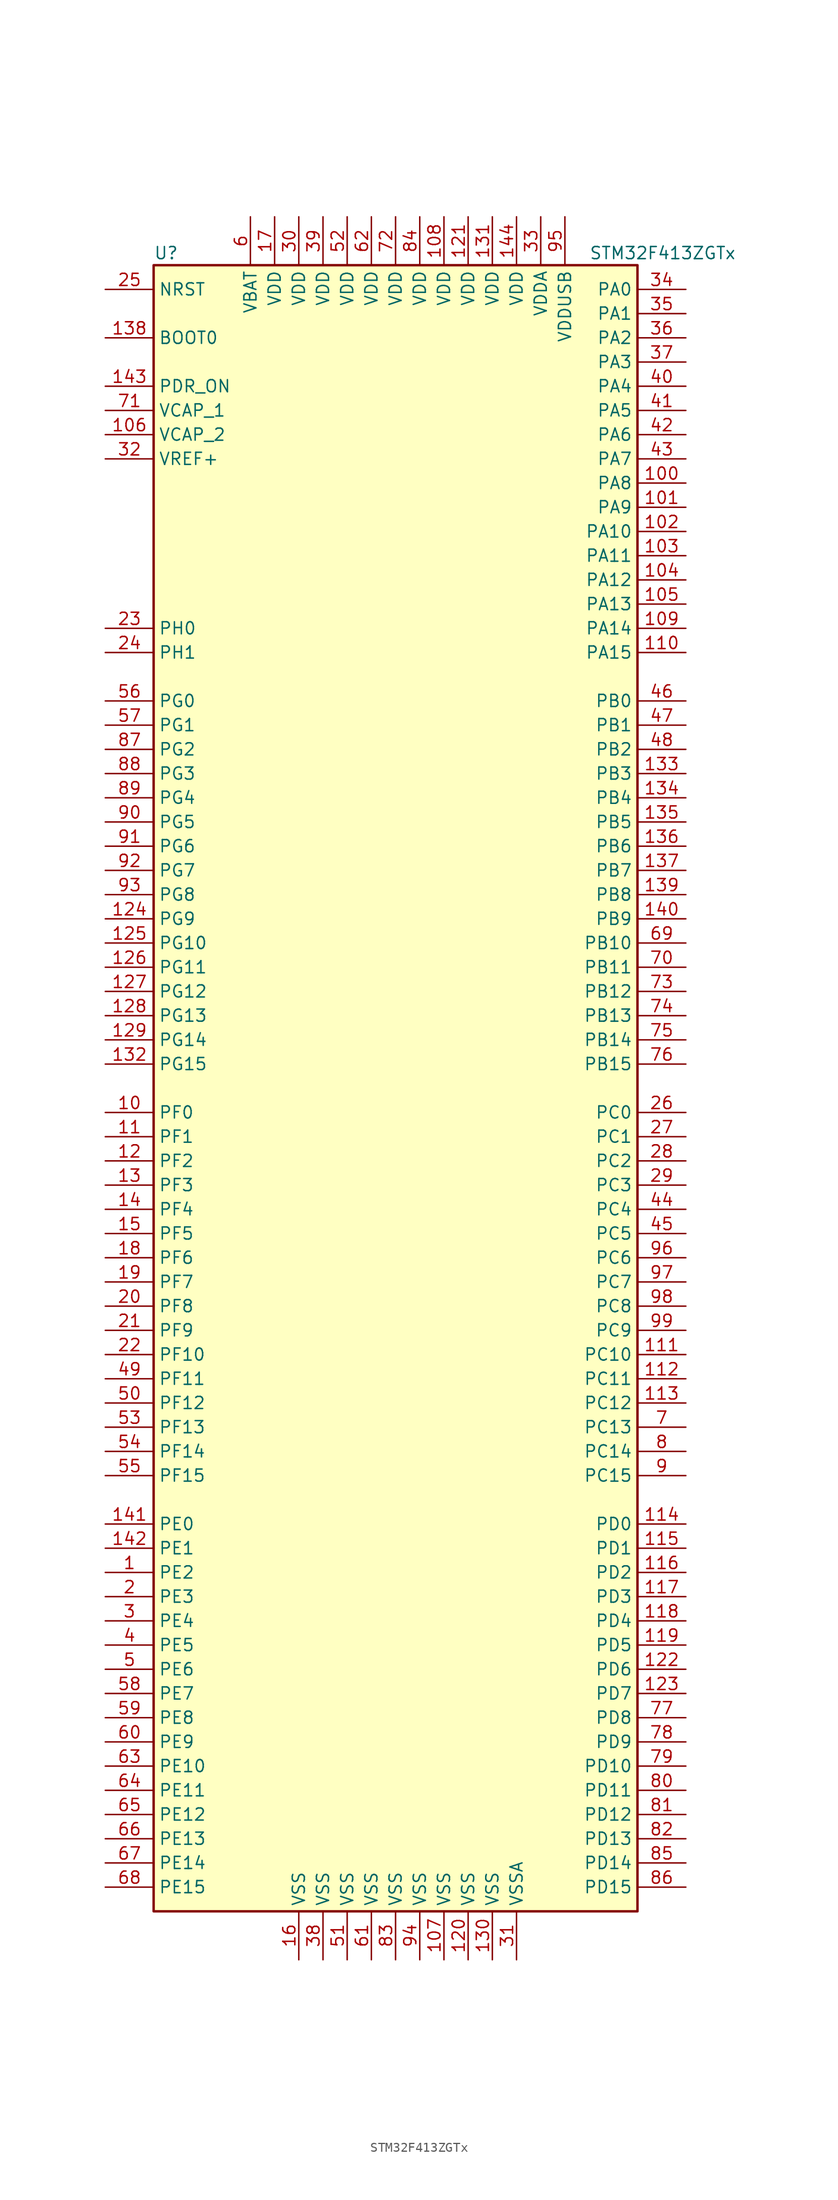
<source format=kicad_sym>
(kicad_symbol_lib
  (version 20201005)
  (generator kicad_symbol_editor)
  (symbol "STM32F413ZGTx"
    (property "Reference" "U"
      (at -25.4 87.63 0)
      (effects (font (size 1.27 1.27)) (justify left)))
    (property "Value" "STM32F413ZGTx"
      (at 20.32 87.63 0)
      (effects (font (size 1.27 1.27)) (justify left)))
    (symbol "STM32F413ZGTx_0_1"
      (rectangle (start -25.4 -86.36) (end 25.4 86.36) (stroke (width 0.254)) (fill (type background))))
    (symbol "STM32F413ZGTx_1_1"
      (pin input line (at -30.48 78.74 0) (length 5.08) (name "BOOT0" (effects (font (size 1.27 1.27)))) (number "138" (effects (font (size 1.27 1.27)))))
      (pin input line (at -30.48 83.82 0) (length 5.08) (name "NRST" (effects (font (size 1.27 1.27)))) (number "25" (effects (font (size 1.27 1.27)))))
      (pin bidirectional line (at 30.48 83.82 180) (length 5.08) (name "PA0" (effects (font (size 1.27 1.27)))) (number "34" (effects (font (size 1.27 1.27)))))
      (pin bidirectional line (at 30.48 81.28 180) (length 5.08) (name "PA1" (effects (font (size 1.27 1.27)))) (number "35" (effects (font (size 1.27 1.27)))))
      (pin bidirectional line (at 30.48 58.42 180) (length 5.08) (name "PA10" (effects (font (size 1.27 1.27)))) (number "102" (effects (font (size 1.27 1.27)))))
      (pin bidirectional line (at 30.48 55.88 180) (length 5.08) (name "PA11" (effects (font (size 1.27 1.27)))) (number "103" (effects (font (size 1.27 1.27)))))
      (pin bidirectional line (at 30.48 53.34 180) (length 5.08) (name "PA12" (effects (font (size 1.27 1.27)))) (number "104" (effects (font (size 1.27 1.27)))))
      (pin bidirectional line (at 30.48 50.8 180) (length 5.08) (name "PA13" (effects (font (size 1.27 1.27)))) (number "105" (effects (font (size 1.27 1.27)))))
      (pin bidirectional line (at 30.48 48.26 180) (length 5.08) (name "PA14" (effects (font (size 1.27 1.27)))) (number "109" (effects (font (size 1.27 1.27)))))
      (pin bidirectional line (at 30.48 45.72 180) (length 5.08) (name "PA15" (effects (font (size 1.27 1.27)))) (number "110" (effects (font (size 1.27 1.27)))))
      (pin bidirectional line (at 30.48 78.74 180) (length 5.08) (name "PA2" (effects (font (size 1.27 1.27)))) (number "36" (effects (font (size 1.27 1.27)))))
      (pin bidirectional line (at 30.48 76.2 180) (length 5.08) (name "PA3" (effects (font (size 1.27 1.27)))) (number "37" (effects (font (size 1.27 1.27)))))
      (pin bidirectional line (at 30.48 73.66 180) (length 5.08) (name "PA4" (effects (font (size 1.27 1.27)))) (number "40" (effects (font (size 1.27 1.27)))))
      (pin bidirectional line (at 30.48 71.12 180) (length 5.08) (name "PA5" (effects (font (size 1.27 1.27)))) (number "41" (effects (font (size 1.27 1.27)))))
      (pin bidirectional line (at 30.48 68.58 180) (length 5.08) (name "PA6" (effects (font (size 1.27 1.27)))) (number "42" (effects (font (size 1.27 1.27)))))
      (pin bidirectional line (at 30.48 66.04 180) (length 5.08) (name "PA7" (effects (font (size 1.27 1.27)))) (number "43" (effects (font (size 1.27 1.27)))))
      (pin bidirectional line (at 30.48 63.5 180) (length 5.08) (name "PA8" (effects (font (size 1.27 1.27)))) (number "100" (effects (font (size 1.27 1.27)))))
      (pin bidirectional line (at 30.48 60.96 180) (length 5.08) (name "PA9" (effects (font (size 1.27 1.27)))) (number "101" (effects (font (size 1.27 1.27)))))
      (pin bidirectional line (at 30.48 40.64 180) (length 5.08) (name "PB0" (effects (font (size 1.27 1.27)))) (number "46" (effects (font (size 1.27 1.27)))))
      (pin bidirectional line (at 30.48 38.1 180) (length 5.08) (name "PB1" (effects (font (size 1.27 1.27)))) (number "47" (effects (font (size 1.27 1.27)))))
      (pin bidirectional line (at 30.48 15.24 180) (length 5.08) (name "PB10" (effects (font (size 1.27 1.27)))) (number "69" (effects (font (size 1.27 1.27)))))
      (pin bidirectional line (at 30.48 12.7 180) (length 5.08) (name "PB11" (effects (font (size 1.27 1.27)))) (number "70" (effects (font (size 1.27 1.27)))))
      (pin bidirectional line (at 30.48 10.16 180) (length 5.08) (name "PB12" (effects (font (size 1.27 1.27)))) (number "73" (effects (font (size 1.27 1.27)))))
      (pin bidirectional line (at 30.48 7.62 180) (length 5.08) (name "PB13" (effects (font (size 1.27 1.27)))) (number "74" (effects (font (size 1.27 1.27)))))
      (pin bidirectional line (at 30.48 5.08 180) (length 5.08) (name "PB14" (effects (font (size 1.27 1.27)))) (number "75" (effects (font (size 1.27 1.27)))))
      (pin bidirectional line (at 30.48 2.54 180) (length 5.08) (name "PB15" (effects (font (size 1.27 1.27)))) (number "76" (effects (font (size 1.27 1.27)))))
      (pin bidirectional line (at 30.48 35.56 180) (length 5.08) (name "PB2" (effects (font (size 1.27 1.27)))) (number "48" (effects (font (size 1.27 1.27)))))
      (pin bidirectional line (at 30.48 33.02 180) (length 5.08) (name "PB3" (effects (font (size 1.27 1.27)))) (number "133" (effects (font (size 1.27 1.27)))))
      (pin bidirectional line (at 30.48 30.48 180) (length 5.08) (name "PB4" (effects (font (size 1.27 1.27)))) (number "134" (effects (font (size 1.27 1.27)))))
      (pin bidirectional line (at 30.48 27.94 180) (length 5.08) (name "PB5" (effects (font (size 1.27 1.27)))) (number "135" (effects (font (size 1.27 1.27)))))
      (pin bidirectional line (at 30.48 25.4 180) (length 5.08) (name "PB6" (effects (font (size 1.27 1.27)))) (number "136" (effects (font (size 1.27 1.27)))))
      (pin bidirectional line (at 30.48 22.86 180) (length 5.08) (name "PB7" (effects (font (size 1.27 1.27)))) (number "137" (effects (font (size 1.27 1.27)))))
      (pin bidirectional line (at 30.48 20.32 180) (length 5.08) (name "PB8" (effects (font (size 1.27 1.27)))) (number "139" (effects (font (size 1.27 1.27)))))
      (pin bidirectional line (at 30.48 17.78 180) (length 5.08) (name "PB9" (effects (font (size 1.27 1.27)))) (number "140" (effects (font (size 1.27 1.27)))))
      (pin bidirectional line (at 30.48 -2.54 180) (length 5.08) (name "PC0" (effects (font (size 1.27 1.27)))) (number "26" (effects (font (size 1.27 1.27)))))
      (pin bidirectional line (at 30.48 -5.08 180) (length 5.08) (name "PC1" (effects (font (size 1.27 1.27)))) (number "27" (effects (font (size 1.27 1.27)))))
      (pin bidirectional line (at 30.48 -27.94 180) (length 5.08) (name "PC10" (effects (font (size 1.27 1.27)))) (number "111" (effects (font (size 1.27 1.27)))))
      (pin bidirectional line (at 30.48 -30.48 180) (length 5.08) (name "PC11" (effects (font (size 1.27 1.27)))) (number "112" (effects (font (size 1.27 1.27)))))
      (pin bidirectional line (at 30.48 -33.02 180) (length 5.08) (name "PC12" (effects (font (size 1.27 1.27)))) (number "113" (effects (font (size 1.27 1.27)))))
      (pin bidirectional line (at 30.48 -35.56 180) (length 5.08) (name "PC13" (effects (font (size 1.27 1.27)))) (number "7" (effects (font (size 1.27 1.27)))))
      (pin bidirectional line (at 30.48 -38.1 180) (length 5.08) (name "PC14" (effects (font (size 1.27 1.27)))) (number "8" (effects (font (size 1.27 1.27)))))
      (pin bidirectional line (at 30.48 -40.64 180) (length 5.08) (name "PC15" (effects (font (size 1.27 1.27)))) (number "9" (effects (font (size 1.27 1.27)))))
      (pin bidirectional line (at 30.48 -7.62 180) (length 5.08) (name "PC2" (effects (font (size 1.27 1.27)))) (number "28" (effects (font (size 1.27 1.27)))))
      (pin bidirectional line (at 30.48 -10.16 180) (length 5.08) (name "PC3" (effects (font (size 1.27 1.27)))) (number "29" (effects (font (size 1.27 1.27)))))
      (pin bidirectional line (at 30.48 -12.7 180) (length 5.08) (name "PC4" (effects (font (size 1.27 1.27)))) (number "44" (effects (font (size 1.27 1.27)))))
      (pin bidirectional line (at 30.48 -15.24 180) (length 5.08) (name "PC5" (effects (font (size 1.27 1.27)))) (number "45" (effects (font (size 1.27 1.27)))))
      (pin bidirectional line (at 30.48 -17.78 180) (length 5.08) (name "PC6" (effects (font (size 1.27 1.27)))) (number "96" (effects (font (size 1.27 1.27)))))
      (pin bidirectional line (at 30.48 -20.32 180) (length 5.08) (name "PC7" (effects (font (size 1.27 1.27)))) (number "97" (effects (font (size 1.27 1.27)))))
      (pin bidirectional line (at 30.48 -22.86 180) (length 5.08) (name "PC8" (effects (font (size 1.27 1.27)))) (number "98" (effects (font (size 1.27 1.27)))))
      (pin bidirectional line (at 30.48 -25.4 180) (length 5.08) (name "PC9" (effects (font (size 1.27 1.27)))) (number "99" (effects (font (size 1.27 1.27)))))
      (pin bidirectional line (at 30.48 -45.72 180) (length 5.08) (name "PD0" (effects (font (size 1.27 1.27)))) (number "114" (effects (font (size 1.27 1.27)))))
      (pin bidirectional line (at 30.48 -48.26 180) (length 5.08) (name "PD1" (effects (font (size 1.27 1.27)))) (number "115" (effects (font (size 1.27 1.27)))))
      (pin bidirectional line (at 30.48 -71.12 180) (length 5.08) (name "PD10" (effects (font (size 1.27 1.27)))) (number "79" (effects (font (size 1.27 1.27)))))
      (pin bidirectional line (at 30.48 -73.66 180) (length 5.08) (name "PD11" (effects (font (size 1.27 1.27)))) (number "80" (effects (font (size 1.27 1.27)))))
      (pin bidirectional line (at 30.48 -76.2 180) (length 5.08) (name "PD12" (effects (font (size 1.27 1.27)))) (number "81" (effects (font (size 1.27 1.27)))))
      (pin bidirectional line (at 30.48 -78.74 180) (length 5.08) (name "PD13" (effects (font (size 1.27 1.27)))) (number "82" (effects (font (size 1.27 1.27)))))
      (pin bidirectional line (at 30.48 -81.28 180) (length 5.08) (name "PD14" (effects (font (size 1.27 1.27)))) (number "85" (effects (font (size 1.27 1.27)))))
      (pin bidirectional line (at 30.48 -83.82 180) (length 5.08) (name "PD15" (effects (font (size 1.27 1.27)))) (number "86" (effects (font (size 1.27 1.27)))))
      (pin bidirectional line (at 30.48 -50.8 180) (length 5.08) (name "PD2" (effects (font (size 1.27 1.27)))) (number "116" (effects (font (size 1.27 1.27)))))
      (pin bidirectional line (at 30.48 -53.34 180) (length 5.08) (name "PD3" (effects (font (size 1.27 1.27)))) (number "117" (effects (font (size 1.27 1.27)))))
      (pin bidirectional line (at 30.48 -55.88 180) (length 5.08) (name "PD4" (effects (font (size 1.27 1.27)))) (number "118" (effects (font (size 1.27 1.27)))))
      (pin bidirectional line (at 30.48 -58.42 180) (length 5.08) (name "PD5" (effects (font (size 1.27 1.27)))) (number "119" (effects (font (size 1.27 1.27)))))
      (pin bidirectional line (at 30.48 -60.96 180) (length 5.08) (name "PD6" (effects (font (size 1.27 1.27)))) (number "122" (effects (font (size 1.27 1.27)))))
      (pin bidirectional line (at 30.48 -63.5 180) (length 5.08) (name "PD7" (effects (font (size 1.27 1.27)))) (number "123" (effects (font (size 1.27 1.27)))))
      (pin bidirectional line (at 30.48 -66.04 180) (length 5.08) (name "PD8" (effects (font (size 1.27 1.27)))) (number "77" (effects (font (size 1.27 1.27)))))
      (pin bidirectional line (at 30.48 -68.58 180) (length 5.08) (name "PD9" (effects (font (size 1.27 1.27)))) (number "78" (effects (font (size 1.27 1.27)))))
      (pin power_in line (at -30.48 73.66 0) (length 5.08) (name "PDR_ON" (effects (font (size 1.27 1.27)))) (number "143" (effects (font (size 1.27 1.27)))))
      (pin bidirectional line (at -30.48 -45.72 0) (length 5.08) (name "PE0" (effects (font (size 1.27 1.27)))) (number "141" (effects (font (size 1.27 1.27)))))
      (pin bidirectional line (at -30.48 -48.26 0) (length 5.08) (name "PE1" (effects (font (size 1.27 1.27)))) (number "142" (effects (font (size 1.27 1.27)))))
      (pin bidirectional line (at -30.48 -71.12 0) (length 5.08) (name "PE10" (effects (font (size 1.27 1.27)))) (number "63" (effects (font (size 1.27 1.27)))))
      (pin bidirectional line (at -30.48 -73.66 0) (length 5.08) (name "PE11" (effects (font (size 1.27 1.27)))) (number "64" (effects (font (size 1.27 1.27)))))
      (pin bidirectional line (at -30.48 -76.2 0) (length 5.08) (name "PE12" (effects (font (size 1.27 1.27)))) (number "65" (effects (font (size 1.27 1.27)))))
      (pin bidirectional line (at -30.48 -78.74 0) (length 5.08) (name "PE13" (effects (font (size 1.27 1.27)))) (number "66" (effects (font (size 1.27 1.27)))))
      (pin bidirectional line (at -30.48 -81.28 0) (length 5.08) (name "PE14" (effects (font (size 1.27 1.27)))) (number "67" (effects (font (size 1.27 1.27)))))
      (pin bidirectional line (at -30.48 -83.82 0) (length 5.08) (name "PE15" (effects (font (size 1.27 1.27)))) (number "68" (effects (font (size 1.27 1.27)))))
      (pin bidirectional line (at -30.48 -50.8 0) (length 5.08) (name "PE2" (effects (font (size 1.27 1.27)))) (number "1" (effects (font (size 1.27 1.27)))))
      (pin bidirectional line (at -30.48 -53.34 0) (length 5.08) (name "PE3" (effects (font (size 1.27 1.27)))) (number "2" (effects (font (size 1.27 1.27)))))
      (pin bidirectional line (at -30.48 -55.88 0) (length 5.08) (name "PE4" (effects (font (size 1.27 1.27)))) (number "3" (effects (font (size 1.27 1.27)))))
      (pin bidirectional line (at -30.48 -58.42 0) (length 5.08) (name "PE5" (effects (font (size 1.27 1.27)))) (number "4" (effects (font (size 1.27 1.27)))))
      (pin bidirectional line (at -30.48 -60.96 0) (length 5.08) (name "PE6" (effects (font (size 1.27 1.27)))) (number "5" (effects (font (size 1.27 1.27)))))
      (pin bidirectional line (at -30.48 -63.5 0) (length 5.08) (name "PE7" (effects (font (size 1.27 1.27)))) (number "58" (effects (font (size 1.27 1.27)))))
      (pin bidirectional line (at -30.48 -66.04 0) (length 5.08) (name "PE8" (effects (font (size 1.27 1.27)))) (number "59" (effects (font (size 1.27 1.27)))))
      (pin bidirectional line (at -30.48 -68.58 0) (length 5.08) (name "PE9" (effects (font (size 1.27 1.27)))) (number "60" (effects (font (size 1.27 1.27)))))
      (pin bidirectional line (at -30.48 -2.54 0) (length 5.08) (name "PF0" (effects (font (size 1.27 1.27)))) (number "10" (effects (font (size 1.27 1.27)))))
      (pin bidirectional line (at -30.48 -5.08 0) (length 5.08) (name "PF1" (effects (font (size 1.27 1.27)))) (number "11" (effects (font (size 1.27 1.27)))))
      (pin bidirectional line (at -30.48 -27.94 0) (length 5.08) (name "PF10" (effects (font (size 1.27 1.27)))) (number "22" (effects (font (size 1.27 1.27)))))
      (pin bidirectional line (at -30.48 -30.48 0) (length 5.08) (name "PF11" (effects (font (size 1.27 1.27)))) (number "49" (effects (font (size 1.27 1.27)))))
      (pin bidirectional line (at -30.48 -33.02 0) (length 5.08) (name "PF12" (effects (font (size 1.27 1.27)))) (number "50" (effects (font (size 1.27 1.27)))))
      (pin bidirectional line (at -30.48 -35.56 0) (length 5.08) (name "PF13" (effects (font (size 1.27 1.27)))) (number "53" (effects (font (size 1.27 1.27)))))
      (pin bidirectional line (at -30.48 -38.1 0) (length 5.08) (name "PF14" (effects (font (size 1.27 1.27)))) (number "54" (effects (font (size 1.27 1.27)))))
      (pin bidirectional line (at -30.48 -40.64 0) (length 5.08) (name "PF15" (effects (font (size 1.27 1.27)))) (number "55" (effects (font (size 1.27 1.27)))))
      (pin bidirectional line (at -30.48 -7.62 0) (length 5.08) (name "PF2" (effects (font (size 1.27 1.27)))) (number "12" (effects (font (size 1.27 1.27)))))
      (pin bidirectional line (at -30.48 -10.16 0) (length 5.08) (name "PF3" (effects (font (size 1.27 1.27)))) (number "13" (effects (font (size 1.27 1.27)))))
      (pin bidirectional line (at -30.48 -12.7 0) (length 5.08) (name "PF4" (effects (font (size 1.27 1.27)))) (number "14" (effects (font (size 1.27 1.27)))))
      (pin bidirectional line (at -30.48 -15.24 0) (length 5.08) (name "PF5" (effects (font (size 1.27 1.27)))) (number "15" (effects (font (size 1.27 1.27)))))
      (pin bidirectional line (at -30.48 -17.78 0) (length 5.08) (name "PF6" (effects (font (size 1.27 1.27)))) (number "18" (effects (font (size 1.27 1.27)))))
      (pin bidirectional line (at -30.48 -20.32 0) (length 5.08) (name "PF7" (effects (font (size 1.27 1.27)))) (number "19" (effects (font (size 1.27 1.27)))))
      (pin bidirectional line (at -30.48 -22.86 0) (length 5.08) (name "PF8" (effects (font (size 1.27 1.27)))) (number "20" (effects (font (size 1.27 1.27)))))
      (pin bidirectional line (at -30.48 -25.4 0) (length 5.08) (name "PF9" (effects (font (size 1.27 1.27)))) (number "21" (effects (font (size 1.27 1.27)))))
      (pin bidirectional line (at -30.48 40.64 0) (length 5.08) (name "PG0" (effects (font (size 1.27 1.27)))) (number "56" (effects (font (size 1.27 1.27)))))
      (pin bidirectional line (at -30.48 38.1 0) (length 5.08) (name "PG1" (effects (font (size 1.27 1.27)))) (number "57" (effects (font (size 1.27 1.27)))))
      (pin bidirectional line (at -30.48 15.24 0) (length 5.08) (name "PG10" (effects (font (size 1.27 1.27)))) (number "125" (effects (font (size 1.27 1.27)))))
      (pin bidirectional line (at -30.48 12.7 0) (length 5.08) (name "PG11" (effects (font (size 1.27 1.27)))) (number "126" (effects (font (size 1.27 1.27)))))
      (pin bidirectional line (at -30.48 10.16 0) (length 5.08) (name "PG12" (effects (font (size 1.27 1.27)))) (number "127" (effects (font (size 1.27 1.27)))))
      (pin bidirectional line (at -30.48 7.62 0) (length 5.08) (name "PG13" (effects (font (size 1.27 1.27)))) (number "128" (effects (font (size 1.27 1.27)))))
      (pin bidirectional line (at -30.48 5.08 0) (length 5.08) (name "PG14" (effects (font (size 1.27 1.27)))) (number "129" (effects (font (size 1.27 1.27)))))
      (pin bidirectional line (at -30.48 2.54 0) (length 5.08) (name "PG15" (effects (font (size 1.27 1.27)))) (number "132" (effects (font (size 1.27 1.27)))))
      (pin bidirectional line (at -30.48 35.56 0) (length 5.08) (name "PG2" (effects (font (size 1.27 1.27)))) (number "87" (effects (font (size 1.27 1.27)))))
      (pin bidirectional line (at -30.48 33.02 0) (length 5.08) (name "PG3" (effects (font (size 1.27 1.27)))) (number "88" (effects (font (size 1.27 1.27)))))
      (pin bidirectional line (at -30.48 30.48 0) (length 5.08) (name "PG4" (effects (font (size 1.27 1.27)))) (number "89" (effects (font (size 1.27 1.27)))))
      (pin bidirectional line (at -30.48 27.94 0) (length 5.08) (name "PG5" (effects (font (size 1.27 1.27)))) (number "90" (effects (font (size 1.27 1.27)))))
      (pin bidirectional line (at -30.48 25.4 0) (length 5.08) (name "PG6" (effects (font (size 1.27 1.27)))) (number "91" (effects (font (size 1.27 1.27)))))
      (pin bidirectional line (at -30.48 22.86 0) (length 5.08) (name "PG7" (effects (font (size 1.27 1.27)))) (number "92" (effects (font (size 1.27 1.27)))))
      (pin bidirectional line (at -30.48 20.32 0) (length 5.08) (name "PG8" (effects (font (size 1.27 1.27)))) (number "93" (effects (font (size 1.27 1.27)))))
      (pin bidirectional line (at -30.48 17.78 0) (length 5.08) (name "PG9" (effects (font (size 1.27 1.27)))) (number "124" (effects (font (size 1.27 1.27)))))
      (pin input line (at -30.48 48.26 0) (length 5.08) (name "PH0" (effects (font (size 1.27 1.27)))) (number "23" (effects (font (size 1.27 1.27)))))
      (pin input line (at -30.48 45.72 0) (length 5.08) (name "PH1" (effects (font (size 1.27 1.27)))) (number "24" (effects (font (size 1.27 1.27)))))
      (pin power_in line (at -15.24 91.44 270) (length 5.08) (name "VBAT" (effects (font (size 1.27 1.27)))) (number "6" (effects (font (size 1.27 1.27)))))
      (pin power_in line (at -30.48 71.12 0) (length 5.08) (name "VCAP_1" (effects (font (size 1.27 1.27)))) (number "71" (effects (font (size 1.27 1.27)))))
      (pin power_in line (at -30.48 68.58 0) (length 5.08) (name "VCAP_2" (effects (font (size 1.27 1.27)))) (number "106" (effects (font (size 1.27 1.27)))))
      (pin power_in line (at 5.08 91.44 270) (length 5.08) (name "VDD" (effects (font (size 1.27 1.27)))) (number "108" (effects (font (size 1.27 1.27)))))
      (pin power_in line (at 7.62 91.44 270) (length 5.08) (name "VDD" (effects (font (size 1.27 1.27)))) (number "121" (effects (font (size 1.27 1.27)))))
      (pin power_in line (at 10.16 91.44 270) (length 5.08) (name "VDD" (effects (font (size 1.27 1.27)))) (number "131" (effects (font (size 1.27 1.27)))))
      (pin power_in line (at 12.7 91.44 270) (length 5.08) (name "VDD" (effects (font (size 1.27 1.27)))) (number "144" (effects (font (size 1.27 1.27)))))
      (pin power_in line (at -12.7 91.44 270) (length 5.08) (name "VDD" (effects (font (size 1.27 1.27)))) (number "17" (effects (font (size 1.27 1.27)))))
      (pin power_in line (at -10.16 91.44 270) (length 5.08) (name "VDD" (effects (font (size 1.27 1.27)))) (number "30" (effects (font (size 1.27 1.27)))))
      (pin power_in line (at -7.62 91.44 270) (length 5.08) (name "VDD" (effects (font (size 1.27 1.27)))) (number "39" (effects (font (size 1.27 1.27)))))
      (pin power_in line (at -5.08 91.44 270) (length 5.08) (name "VDD" (effects (font (size 1.27 1.27)))) (number "52" (effects (font (size 1.27 1.27)))))
      (pin power_in line (at -2.54 91.44 270) (length 5.08) (name "VDD" (effects (font (size 1.27 1.27)))) (number "62" (effects (font (size 1.27 1.27)))))
      (pin power_in line (at 0 91.44 270) (length 5.08) (name "VDD" (effects (font (size 1.27 1.27)))) (number "72" (effects (font (size 1.27 1.27)))))
      (pin power_in line (at 2.54 91.44 270) (length 5.08) (name "VDD" (effects (font (size 1.27 1.27)))) (number "84" (effects (font (size 1.27 1.27)))))
      (pin power_in line (at 15.24 91.44 270) (length 5.08) (name "VDDA" (effects (font (size 1.27 1.27)))) (number "33" (effects (font (size 1.27 1.27)))))
      (pin power_in line (at 17.78 91.44 270) (length 5.08) (name "VDDUSB" (effects (font (size 1.27 1.27)))) (number "95" (effects (font (size 1.27 1.27)))))
      (pin power_in line (at -30.48 66.04 0) (length 5.08) (name "VREF+" (effects (font (size 1.27 1.27)))) (number "32" (effects (font (size 1.27 1.27)))))
      (pin power_in line (at 5.08 -91.44 90) (length 5.08) (name "VSS" (effects (font (size 1.27 1.27)))) (number "107" (effects (font (size 1.27 1.27)))))
      (pin power_in line (at 7.62 -91.44 90) (length 5.08) (name "VSS" (effects (font (size 1.27 1.27)))) (number "120" (effects (font (size 1.27 1.27)))))
      (pin power_in line (at 10.16 -91.44 90) (length 5.08) (name "VSS" (effects (font (size 1.27 1.27)))) (number "130" (effects (font (size 1.27 1.27)))))
      (pin power_in line (at -10.16 -91.44 90) (length 5.08) (name "VSS" (effects (font (size 1.27 1.27)))) (number "16" (effects (font (size 1.27 1.27)))))
      (pin power_in line (at -7.62 -91.44 90) (length 5.08) (name "VSS" (effects (font (size 1.27 1.27)))) (number "38" (effects (font (size 1.27 1.27)))))
      (pin power_in line (at -5.08 -91.44 90) (length 5.08) (name "VSS" (effects (font (size 1.27 1.27)))) (number "51" (effects (font (size 1.27 1.27)))))
      (pin power_in line (at -2.54 -91.44 90) (length 5.08) (name "VSS" (effects (font (size 1.27 1.27)))) (number "61" (effects (font (size 1.27 1.27)))))
      (pin power_in line (at 0 -91.44 90) (length 5.08) (name "VSS" (effects (font (size 1.27 1.27)))) (number "83" (effects (font (size 1.27 1.27)))))
      (pin power_in line (at 2.54 -91.44 90) (length 5.08) (name "VSS" (effects (font (size 1.27 1.27)))) (number "94" (effects (font (size 1.27 1.27)))))
      (pin power_in line (at 12.7 -91.44 90) (length 5.08) (name "VSSA" (effects (font (size 1.27 1.27)))) (number "31" (effects (font (size 1.27 1.27))))))))
</source>
